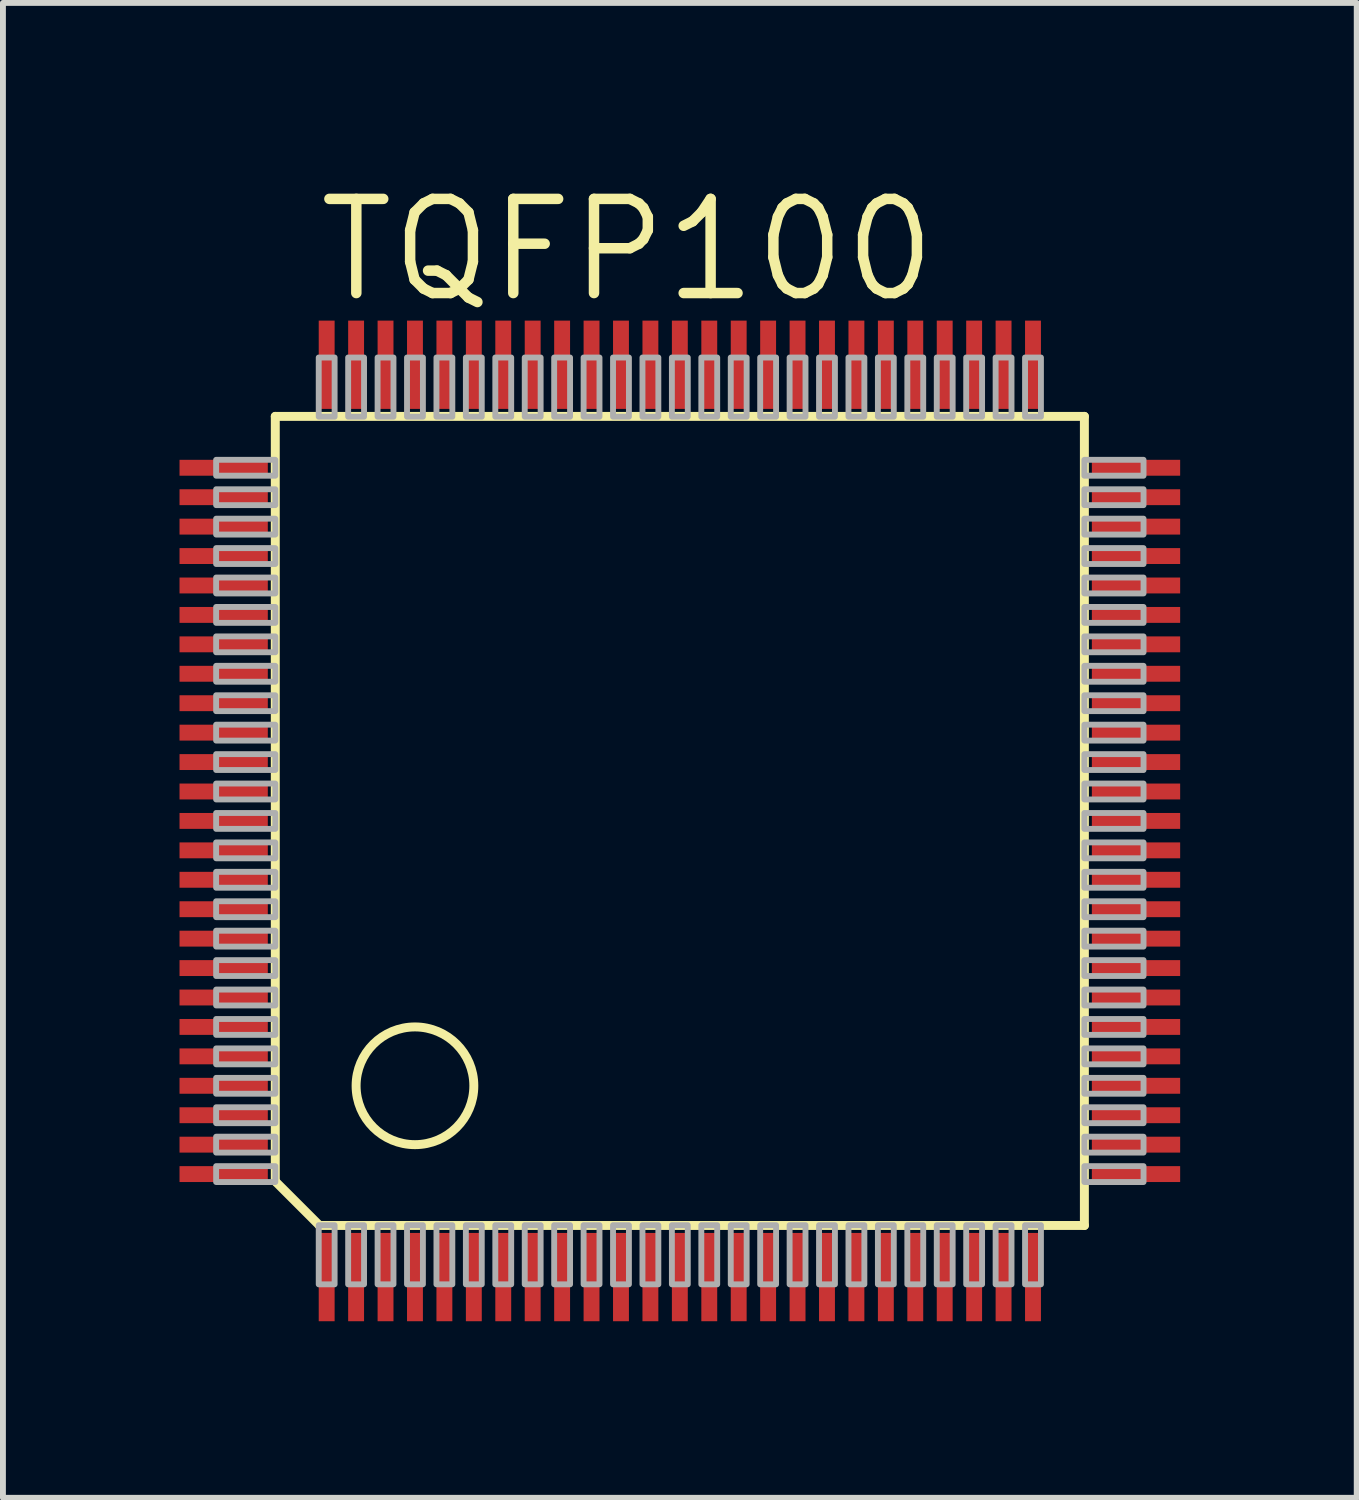
<source format=kicad_pcb>
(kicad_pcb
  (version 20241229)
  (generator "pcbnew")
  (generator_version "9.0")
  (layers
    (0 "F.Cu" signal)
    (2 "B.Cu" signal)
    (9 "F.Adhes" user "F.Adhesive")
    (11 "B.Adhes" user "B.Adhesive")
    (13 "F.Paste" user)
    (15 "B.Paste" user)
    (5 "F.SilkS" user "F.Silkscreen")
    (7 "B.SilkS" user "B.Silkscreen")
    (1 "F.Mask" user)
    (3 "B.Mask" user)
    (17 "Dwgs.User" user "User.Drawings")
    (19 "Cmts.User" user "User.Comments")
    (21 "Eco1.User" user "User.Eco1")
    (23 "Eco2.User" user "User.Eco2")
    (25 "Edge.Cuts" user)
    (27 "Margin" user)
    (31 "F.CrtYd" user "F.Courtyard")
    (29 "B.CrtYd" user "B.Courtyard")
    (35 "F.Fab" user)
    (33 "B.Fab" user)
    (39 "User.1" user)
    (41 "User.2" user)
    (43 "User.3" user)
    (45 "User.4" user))
  (footprint "TQFP100"
    (layer "F.Cu")
    (at 8.5 10.897)
    (property "Reference" "TQFP100" (at -6.223 -8.763 0) (layer "F.SilkS") (effects (font (size 1.6 1.6) (thickness 0.178)) (justify left bottom)))
    (fp_line (start -6.873 -6.873) (end 6.873 -6.873) (stroke (width 0.152) (type solid)) (layer "F.SilkS"))
    (fp_line (start -6.873 6.123) (end -6.873 -6.873) (stroke (width 0.152) (type solid)) (layer "F.SilkS"))
    (fp_line (start -6.123 6.873) (end -6.873 6.123) (stroke (width 0.152) (type solid)) (layer "F.SilkS"))
    (fp_line (start 6.873 -6.873) (end 6.873 6.873) (stroke (width 0.152) (type solid)) (layer "F.SilkS"))
    (fp_line (start 6.873 6.873) (end -6.123 6.873) (stroke (width 0.152) (type solid)) (layer "F.SilkS"))
    (fp_circle (center -4.5 4.5) (end -3.5 4.5) (stroke (width 0.152) (type solid)) (fill no) (layer "F.SilkS"))
    (fp_poly (pts (xy -7.878 -5.865) (xy -6.873 -5.865) (xy -6.873 -6.135) (xy -7.878 -6.135)) (stroke (width 0.1) (type solid)) (fill no) (layer "F.Fab"))
    (fp_poly (pts (xy -7.878 -5.365) (xy -6.873 -5.365) (xy -6.873 -5.635) (xy -7.878 -5.635)) (stroke (width 0.1) (type solid)) (fill no) (layer "F.Fab"))
    (fp_poly (pts (xy -7.878 -4.865) (xy -6.873 -4.865) (xy -6.873 -5.135) (xy -7.878 -5.135)) (stroke (width 0.1) (type solid)) (fill no) (layer "F.Fab"))
    (fp_poly (pts (xy -7.878 -4.365) (xy -6.873 -4.365) (xy -6.873 -4.635) (xy -7.878 -4.635)) (stroke (width 0.1) (type solid)) (fill no) (layer "F.Fab"))
    (fp_poly (pts (xy -7.878 -3.865) (xy -6.873 -3.865) (xy -6.873 -4.135) (xy -7.878 -4.135)) (stroke (width 0.1) (type solid)) (fill no) (layer "F.Fab"))
    (fp_poly (pts (xy -7.878 -3.365) (xy -6.873 -3.365) (xy -6.873 -3.635) (xy -7.878 -3.635)) (stroke (width 0.1) (type solid)) (fill no) (layer "F.Fab"))
    (fp_poly (pts (xy -7.878 -2.865) (xy -6.873 -2.865) (xy -6.873 -3.135) (xy -7.878 -3.135)) (stroke (width 0.1) (type solid)) (fill no) (layer "F.Fab"))
    (fp_poly (pts (xy -7.878 -2.365) (xy -6.873 -2.365) (xy -6.873 -2.635) (xy -7.878 -2.635)) (stroke (width 0.1) (type solid)) (fill no) (layer "F.Fab"))
    (fp_poly (pts (xy -7.878 -1.865) (xy -6.873 -1.865) (xy -6.873 -2.135) (xy -7.878 -2.135)) (stroke (width 0.1) (type solid)) (fill no) (layer "F.Fab"))
    (fp_poly (pts (xy -7.878 -1.365) (xy -6.873 -1.365) (xy -6.873 -1.635) (xy -7.878 -1.635)) (stroke (width 0.1) (type solid)) (fill no) (layer "F.Fab"))
    (fp_poly (pts (xy -7.878 -0.865) (xy -6.873 -0.865) (xy -6.873 -1.135) (xy -7.878 -1.135)) (stroke (width 0.1) (type solid)) (fill no) (layer "F.Fab"))
    (fp_poly (pts (xy -7.878 -0.365) (xy -6.873 -0.365) (xy -6.873 -0.635) (xy -7.878 -0.635)) (stroke (width 0.1) (type solid)) (fill no) (layer "F.Fab"))
    (fp_poly (pts (xy -7.878 0.135) (xy -6.873 0.135) (xy -6.873 -0.135) (xy -7.878 -0.135)) (stroke (width 0.1) (type solid)) (fill no) (layer "F.Fab"))
    (fp_poly (pts (xy -7.878 0.635) (xy -6.873 0.635) (xy -6.873 0.365) (xy -7.878 0.365)) (stroke (width 0.1) (type solid)) (fill no) (layer "F.Fab"))
    (fp_poly (pts (xy -7.878 1.135) (xy -6.873 1.135) (xy -6.873 0.865) (xy -7.878 0.865)) (stroke (width 0.1) (type solid)) (fill no) (layer "F.Fab"))
    (fp_poly (pts (xy -7.878 1.635) (xy -6.873 1.635) (xy -6.873 1.365) (xy -7.878 1.365)) (stroke (width 0.1) (type solid)) (fill no) (layer "F.Fab"))
    (fp_poly (pts (xy -7.878 2.135) (xy -6.873 2.135) (xy -6.873 1.865) (xy -7.878 1.865)) (stroke (width 0.1) (type solid)) (fill no) (layer "F.Fab"))
    (fp_poly (pts (xy -7.878 2.635) (xy -6.873 2.635) (xy -6.873 2.365) (xy -7.878 2.365)) (stroke (width 0.1) (type solid)) (fill no) (layer "F.Fab"))
    (fp_poly (pts (xy -7.878 3.135) (xy -6.873 3.135) (xy -6.873 2.865) (xy -7.878 2.865)) (stroke (width 0.1) (type solid)) (fill no) (layer "F.Fab"))
    (fp_poly (pts (xy -7.878 3.635) (xy -6.873 3.635) (xy -6.873 3.365) (xy -7.878 3.365)) (stroke (width 0.1) (type solid)) (fill no) (layer "F.Fab"))
    (fp_poly (pts (xy -7.878 4.135) (xy -6.873 4.135) (xy -6.873 3.865) (xy -7.878 3.865)) (stroke (width 0.1) (type solid)) (fill no) (layer "F.Fab"))
    (fp_poly (pts (xy -7.878 4.635) (xy -6.873 4.635) (xy -6.873 4.365) (xy -7.878 4.365)) (stroke (width 0.1) (type solid)) (fill no) (layer "F.Fab"))
    (fp_poly (pts (xy -7.878 5.135) (xy -6.873 5.135) (xy -6.873 4.865) (xy -7.878 4.865)) (stroke (width 0.1) (type solid)) (fill no) (layer "F.Fab"))
    (fp_poly (pts (xy -7.878 5.635) (xy -6.873 5.635) (xy -6.873 5.365) (xy -7.878 5.365)) (stroke (width 0.1) (type solid)) (fill no) (layer "F.Fab"))
    (fp_poly (pts (xy -7.878 6.135) (xy -6.873 6.135) (xy -6.873 5.865) (xy -7.878 5.865)) (stroke (width 0.1) (type solid)) (fill no) (layer "F.Fab"))
    (fp_poly (pts (xy -6.135 -6.868) (xy -5.865 -6.868) (xy -5.865 -7.873) (xy -6.135 -7.873)) (stroke (width 0.1) (type solid)) (fill no) (layer "F.Fab"))
    (fp_poly (pts (xy -6.135 7.873) (xy -5.865 7.873) (xy -5.865 6.868) (xy -6.135 6.868)) (stroke (width 0.1) (type solid)) (fill no) (layer "F.Fab"))
    (fp_poly (pts (xy -5.635 -6.868) (xy -5.365 -6.868) (xy -5.365 -7.873) (xy -5.635 -7.873)) (stroke (width 0.1) (type solid)) (fill no) (layer "F.Fab"))
    (fp_poly (pts (xy -5.635 7.873) (xy -5.365 7.873) (xy -5.365 6.868) (xy -5.635 6.868)) (stroke (width 0.1) (type solid)) (fill no) (layer "F.Fab"))
    (fp_poly (pts (xy -5.135 -6.868) (xy -4.865 -6.868) (xy -4.865 -7.873) (xy -5.135 -7.873)) (stroke (width 0.1) (type solid)) (fill no) (layer "F.Fab"))
    (fp_poly (pts (xy -5.135 7.873) (xy -4.865 7.873) (xy -4.865 6.868) (xy -5.135 6.868)) (stroke (width 0.1) (type solid)) (fill no) (layer "F.Fab"))
    (fp_poly (pts (xy -4.635 -6.868) (xy -4.365 -6.868) (xy -4.365 -7.873) (xy -4.635 -7.873)) (stroke (width 0.1) (type solid)) (fill no) (layer "F.Fab"))
    (fp_poly (pts (xy -4.635 7.873) (xy -4.365 7.873) (xy -4.365 6.868) (xy -4.635 6.868)) (stroke (width 0.1) (type solid)) (fill no) (layer "F.Fab"))
    (fp_poly (pts (xy -4.135 -6.868) (xy -3.865 -6.868) (xy -3.865 -7.873) (xy -4.135 -7.873)) (stroke (width 0.1) (type solid)) (fill no) (layer "F.Fab"))
    (fp_poly (pts (xy -4.135 7.873) (xy -3.865 7.873) (xy -3.865 6.868) (xy -4.135 6.868)) (stroke (width 0.1) (type solid)) (fill no) (layer "F.Fab"))
    (fp_poly (pts (xy -3.635 -6.868) (xy -3.365 -6.868) (xy -3.365 -7.873) (xy -3.635 -7.873)) (stroke (width 0.1) (type solid)) (fill no) (layer "F.Fab"))
    (fp_poly (pts (xy -3.635 7.873) (xy -3.365 7.873) (xy -3.365 6.868) (xy -3.635 6.868)) (stroke (width 0.1) (type solid)) (fill no) (layer "F.Fab"))
    (fp_poly (pts (xy -3.135 -6.868) (xy -2.865 -6.868) (xy -2.865 -7.873) (xy -3.135 -7.873)) (stroke (width 0.1) (type solid)) (fill no) (layer "F.Fab"))
    (fp_poly (pts (xy -3.135 7.873) (xy -2.865 7.873) (xy -2.865 6.868) (xy -3.135 6.868)) (stroke (width 0.1) (type solid)) (fill no) (layer "F.Fab"))
    (fp_poly (pts (xy -2.635 -6.868) (xy -2.365 -6.868) (xy -2.365 -7.873) (xy -2.635 -7.873)) (stroke (width 0.1) (type solid)) (fill no) (layer "F.Fab"))
    (fp_poly (pts (xy -2.635 7.873) (xy -2.365 7.873) (xy -2.365 6.868) (xy -2.635 6.868)) (stroke (width 0.1) (type solid)) (fill no) (layer "F.Fab"))
    (fp_poly (pts (xy -2.135 -6.868) (xy -1.865 -6.868) (xy -1.865 -7.873) (xy -2.135 -7.873)) (stroke (width 0.1) (type solid)) (fill no) (layer "F.Fab"))
    (fp_poly (pts (xy -2.135 7.873) (xy -1.865 7.873) (xy -1.865 6.868) (xy -2.135 6.868)) (stroke (width 0.1) (type solid)) (fill no) (layer "F.Fab"))
    (fp_poly (pts (xy -1.635 -6.868) (xy -1.365 -6.868) (xy -1.365 -7.873) (xy -1.635 -7.873)) (stroke (width 0.1) (type solid)) (fill no) (layer "F.Fab"))
    (fp_poly (pts (xy -1.635 7.873) (xy -1.365 7.873) (xy -1.365 6.868) (xy -1.635 6.868)) (stroke (width 0.1) (type solid)) (fill no) (layer "F.Fab"))
    (fp_poly (pts (xy -1.135 -6.868) (xy -0.865 -6.868) (xy -0.865 -7.873) (xy -1.135 -7.873)) (stroke (width 0.1) (type solid)) (fill no) (layer "F.Fab"))
    (fp_poly (pts (xy -1.135 7.873) (xy -0.865 7.873) (xy -0.865 6.868) (xy -1.135 6.868)) (stroke (width 0.1) (type solid)) (fill no) (layer "F.Fab"))
    (fp_poly (pts (xy -0.635 -6.868) (xy -0.365 -6.868) (xy -0.365 -7.873) (xy -0.635 -7.873)) (stroke (width 0.1) (type solid)) (fill no) (layer "F.Fab"))
    (fp_poly (pts (xy -0.635 7.873) (xy -0.365 7.873) (xy -0.365 6.868) (xy -0.635 6.868)) (stroke (width 0.1) (type solid)) (fill no) (layer "F.Fab"))
    (fp_poly (pts (xy -0.135 -6.868) (xy 0.135 -6.868) (xy 0.135 -7.873) (xy -0.135 -7.873)) (stroke (width 0.1) (type solid)) (fill no) (layer "F.Fab"))
    (fp_poly (pts (xy -0.135 7.873) (xy 0.135 7.873) (xy 0.135 6.868) (xy -0.135 6.868)) (stroke (width 0.1) (type solid)) (fill no) (layer "F.Fab"))
    (fp_poly (pts (xy 0.365 -6.868) (xy 0.635 -6.868) (xy 0.635 -7.873) (xy 0.365 -7.873)) (stroke (width 0.1) (type solid)) (fill no) (layer "F.Fab"))
    (fp_poly (pts (xy 0.365 7.873) (xy 0.635 7.873) (xy 0.635 6.868) (xy 0.365 6.868)) (stroke (width 0.1) (type solid)) (fill no) (layer "F.Fab"))
    (fp_poly (pts (xy 0.865 -6.868) (xy 1.135 -6.868) (xy 1.135 -7.873) (xy 0.865 -7.873)) (stroke (width 0.1) (type solid)) (fill no) (layer "F.Fab"))
    (fp_poly (pts (xy 0.865 7.873) (xy 1.135 7.873) (xy 1.135 6.868) (xy 0.865 6.868)) (stroke (width 0.1) (type solid)) (fill no) (layer "F.Fab"))
    (fp_poly (pts (xy 1.365 -6.868) (xy 1.635 -6.868) (xy 1.635 -7.873) (xy 1.365 -7.873)) (stroke (width 0.1) (type solid)) (fill no) (layer "F.Fab"))
    (fp_poly (pts (xy 1.365 7.873) (xy 1.635 7.873) (xy 1.635 6.868) (xy 1.365 6.868)) (stroke (width 0.1) (type solid)) (fill no) (layer "F.Fab"))
    (fp_poly (pts (xy 1.865 -6.868) (xy 2.135 -6.868) (xy 2.135 -7.873) (xy 1.865 -7.873)) (stroke (width 0.1) (type solid)) (fill no) (layer "F.Fab"))
    (fp_poly (pts (xy 1.865 7.873) (xy 2.135 7.873) (xy 2.135 6.868) (xy 1.865 6.868)) (stroke (width 0.1) (type solid)) (fill no) (layer "F.Fab"))
    (fp_poly (pts (xy 2.365 -6.868) (xy 2.635 -6.868) (xy 2.635 -7.873) (xy 2.365 -7.873)) (stroke (width 0.1) (type solid)) (fill no) (layer "F.Fab"))
    (fp_poly (pts (xy 2.365 7.873) (xy 2.635 7.873) (xy 2.635 6.868) (xy 2.365 6.868)) (stroke (width 0.1) (type solid)) (fill no) (layer "F.Fab"))
    (fp_poly (pts (xy 2.865 -6.868) (xy 3.135 -6.868) (xy 3.135 -7.873) (xy 2.865 -7.873)) (stroke (width 0.1) (type solid)) (fill no) (layer "F.Fab"))
    (fp_poly (pts (xy 2.865 7.873) (xy 3.135 7.873) (xy 3.135 6.868) (xy 2.865 6.868)) (stroke (width 0.1) (type solid)) (fill no) (layer "F.Fab"))
    (fp_poly (pts (xy 3.365 -6.868) (xy 3.635 -6.868) (xy 3.635 -7.873) (xy 3.365 -7.873)) (stroke (width 0.1) (type solid)) (fill no) (layer "F.Fab"))
    (fp_poly (pts (xy 3.365 7.873) (xy 3.635 7.873) (xy 3.635 6.868) (xy 3.365 6.868)) (stroke (width 0.1) (type solid)) (fill no) (layer "F.Fab"))
    (fp_poly (pts (xy 3.865 -6.868) (xy 4.135 -6.868) (xy 4.135 -7.873) (xy 3.865 -7.873)) (stroke (width 0.1) (type solid)) (fill no) (layer "F.Fab"))
    (fp_poly (pts (xy 3.865 7.873) (xy 4.135 7.873) (xy 4.135 6.868) (xy 3.865 6.868)) (stroke (width 0.1) (type solid)) (fill no) (layer "F.Fab"))
    (fp_poly (pts (xy 4.365 -6.868) (xy 4.635 -6.868) (xy 4.635 -7.873) (xy 4.365 -7.873)) (stroke (width 0.1) (type solid)) (fill no) (layer "F.Fab"))
    (fp_poly (pts (xy 4.365 7.873) (xy 4.635 7.873) (xy 4.635 6.868) (xy 4.365 6.868)) (stroke (width 0.1) (type solid)) (fill no) (layer "F.Fab"))
    (fp_poly (pts (xy 4.865 -6.868) (xy 5.135 -6.868) (xy 5.135 -7.873) (xy 4.865 -7.873)) (stroke (width 0.1) (type solid)) (fill no) (layer "F.Fab"))
    (fp_poly (pts (xy 4.865 7.873) (xy 5.135 7.873) (xy 5.135 6.868) (xy 4.865 6.868)) (stroke (width 0.1) (type solid)) (fill no) (layer "F.Fab"))
    (fp_poly (pts (xy 5.365 -6.868) (xy 5.635 -6.868) (xy 5.635 -7.873) (xy 5.365 -7.873)) (stroke (width 0.1) (type solid)) (fill no) (layer "F.Fab"))
    (fp_poly (pts (xy 5.365 7.873) (xy 5.635 7.873) (xy 5.635 6.868) (xy 5.365 6.868)) (stroke (width 0.1) (type solid)) (fill no) (layer "F.Fab"))
    (fp_poly (pts (xy 5.865 -6.868) (xy 6.135 -6.868) (xy 6.135 -7.873) (xy 5.865 -7.873)) (stroke (width 0.1) (type solid)) (fill no) (layer "F.Fab"))
    (fp_poly (pts (xy 5.865 7.873) (xy 6.135 7.873) (xy 6.135 6.868) (xy 5.865 6.868)) (stroke (width 0.1) (type solid)) (fill no) (layer "F.Fab"))
    (fp_poly (pts (xy 6.873 -5.865) (xy 7.878 -5.865) (xy 7.878 -6.135) (xy 6.873 -6.135)) (stroke (width 0.1) (type solid)) (fill no) (layer "F.Fab"))
    (fp_poly (pts (xy 6.873 -5.365) (xy 7.878 -5.365) (xy 7.878 -5.635) (xy 6.873 -5.635)) (stroke (width 0.1) (type solid)) (fill no) (layer "F.Fab"))
    (fp_poly (pts (xy 6.873 -4.865) (xy 7.878 -4.865) (xy 7.878 -5.135) (xy 6.873 -5.135)) (stroke (width 0.1) (type solid)) (fill no) (layer "F.Fab"))
    (fp_poly (pts (xy 6.873 -4.365) (xy 7.878 -4.365) (xy 7.878 -4.635) (xy 6.873 -4.635)) (stroke (width 0.1) (type solid)) (fill no) (layer "F.Fab"))
    (fp_poly (pts (xy 6.873 -3.865) (xy 7.878 -3.865) (xy 7.878 -4.135) (xy 6.873 -4.135)) (stroke (width 0.1) (type solid)) (fill no) (layer "F.Fab"))
    (fp_poly (pts (xy 6.873 -3.365) (xy 7.878 -3.365) (xy 7.878 -3.635) (xy 6.873 -3.635)) (stroke (width 0.1) (type solid)) (fill no) (layer "F.Fab"))
    (fp_poly (pts (xy 6.873 -2.865) (xy 7.878 -2.865) (xy 7.878 -3.135) (xy 6.873 -3.135)) (stroke (width 0.1) (type solid)) (fill no) (layer "F.Fab"))
    (fp_poly (pts (xy 6.873 -2.365) (xy 7.878 -2.365) (xy 7.878 -2.635) (xy 6.873 -2.635)) (stroke (width 0.1) (type solid)) (fill no) (layer "F.Fab"))
    (fp_poly (pts (xy 6.873 -1.865) (xy 7.878 -1.865) (xy 7.878 -2.135) (xy 6.873 -2.135)) (stroke (width 0.1) (type solid)) (fill no) (layer "F.Fab"))
    (fp_poly (pts (xy 6.873 -1.365) (xy 7.878 -1.365) (xy 7.878 -1.635) (xy 6.873 -1.635)) (stroke (width 0.1) (type solid)) (fill no) (layer "F.Fab"))
    (fp_poly (pts (xy 6.873 -0.865) (xy 7.878 -0.865) (xy 7.878 -1.135) (xy 6.873 -1.135)) (stroke (width 0.1) (type solid)) (fill no) (layer "F.Fab"))
    (fp_poly (pts (xy 6.873 -0.365) (xy 7.878 -0.365) (xy 7.878 -0.635) (xy 6.873 -0.635)) (stroke (width 0.1) (type solid)) (fill no) (layer "F.Fab"))
    (fp_poly (pts (xy 6.873 0.135) (xy 7.878 0.135) (xy 7.878 -0.135) (xy 6.873 -0.135)) (stroke (width 0.1) (type solid)) (fill no) (layer "F.Fab"))
    (fp_poly (pts (xy 6.873 0.635) (xy 7.878 0.635) (xy 7.878 0.365) (xy 6.873 0.365)) (stroke (width 0.1) (type solid)) (fill no) (layer "F.Fab"))
    (fp_poly (pts (xy 6.873 1.135) (xy 7.878 1.135) (xy 7.878 0.865) (xy 6.873 0.865)) (stroke (width 0.1) (type solid)) (fill no) (layer "F.Fab"))
    (fp_poly (pts (xy 6.873 1.635) (xy 7.878 1.635) (xy 7.878 1.365) (xy 6.873 1.365)) (stroke (width 0.1) (type solid)) (fill no) (layer "F.Fab"))
    (fp_poly (pts (xy 6.873 2.135) (xy 7.878 2.135) (xy 7.878 1.865) (xy 6.873 1.865)) (stroke (width 0.1) (type solid)) (fill no) (layer "F.Fab"))
    (fp_poly (pts (xy 6.873 2.635) (xy 7.878 2.635) (xy 7.878 2.365) (xy 6.873 2.365)) (stroke (width 0.1) (type solid)) (fill no) (layer "F.Fab"))
    (fp_poly (pts (xy 6.873 3.135) (xy 7.878 3.135) (xy 7.878 2.865) (xy 6.873 2.865)) (stroke (width 0.1) (type solid)) (fill no) (layer "F.Fab"))
    (fp_poly (pts (xy 6.873 3.635) (xy 7.878 3.635) (xy 7.878 3.365) (xy 6.873 3.365)) (stroke (width 0.1) (type solid)) (fill no) (layer "F.Fab"))
    (fp_poly (pts (xy 6.873 4.135) (xy 7.878 4.135) (xy 7.878 3.865) (xy 6.873 3.865)) (stroke (width 0.1) (type solid)) (fill no) (layer "F.Fab"))
    (fp_poly (pts (xy 6.873 4.635) (xy 7.878 4.635) (xy 7.878 4.365) (xy 6.873 4.365)) (stroke (width 0.1) (type solid)) (fill no) (layer "F.Fab"))
    (fp_poly (pts (xy 6.873 5.135) (xy 7.878 5.135) (xy 7.878 4.865) (xy 6.873 4.865)) (stroke (width 0.1) (type solid)) (fill no) (layer "F.Fab"))
    (fp_poly (pts (xy 6.873 5.635) (xy 7.878 5.635) (xy 7.878 5.365) (xy 6.873 5.365)) (stroke (width 0.1) (type solid)) (fill no) (layer "F.Fab"))
    (fp_poly (pts (xy 6.873 6.135) (xy 7.878 6.135) (xy 7.878 5.865) (xy 6.873 5.865)) (stroke (width 0.1) (type solid)) (fill no) (layer "F.Fab"))
    (pad "1" smd rect (at -6 7.75) (size 0.27 1.5) (layers "F.Cu" "F.Mask" "F.Paste"))
    (pad "2" smd rect (at -5.5 7.75) (size 0.27 1.5) (layers "F.Cu" "F.Mask" "F.Paste"))
    (pad "3" smd rect (at -5 7.75) (size 0.27 1.5) (layers "F.Cu" "F.Mask" "F.Paste"))
    (pad "4" smd rect (at -4.5 7.75) (size 0.27 1.5) (layers "F.Cu" "F.Mask" "F.Paste"))
    (pad "5" smd rect (at -4 7.75) (size 0.27 1.5) (layers "F.Cu" "F.Mask" "F.Paste"))
    (pad "6" smd rect (at -3.5 7.75) (size 0.27 1.5) (layers "F.Cu" "F.Mask" "F.Paste"))
    (pad "7" smd rect (at -3 7.75) (size 0.27 1.5) (layers "F.Cu" "F.Mask" "F.Paste"))
    (pad "8" smd rect (at -2.5 7.75) (size 0.27 1.5) (layers "F.Cu" "F.Mask" "F.Paste"))
    (pad "9" smd rect (at -2 7.75) (size 0.27 1.5) (layers "F.Cu" "F.Mask" "F.Paste"))
    (pad "10" smd rect (at -1.5 7.75) (size 0.27 1.5) (layers "F.Cu" "F.Mask" "F.Paste"))
    (pad "11" smd rect (at -1 7.75) (size 0.27 1.5) (layers "F.Cu" "F.Mask" "F.Paste"))
    (pad "12" smd rect (at -0.5 7.75) (size 0.27 1.5) (layers "F.Cu" "F.Mask" "F.Paste"))
    (pad "13" smd rect (at 0 7.75) (size 0.27 1.5) (layers "F.Cu" "F.Mask" "F.Paste"))
    (pad "14" smd rect (at 0.5 7.75) (size 0.27 1.5) (layers "F.Cu" "F.Mask" "F.Paste"))
    (pad "15" smd rect (at 1 7.75) (size 0.27 1.5) (layers "F.Cu" "F.Mask" "F.Paste"))
    (pad "16" smd rect (at 1.5 7.75) (size 0.27 1.5) (layers "F.Cu" "F.Mask" "F.Paste"))
    (pad "17" smd rect (at 2 7.75) (size 0.27 1.5) (layers "F.Cu" "F.Mask" "F.Paste"))
    (pad "18" smd rect (at 2.5 7.75) (size 0.27 1.5) (layers "F.Cu" "F.Mask" "F.Paste"))
    (pad "19" smd rect (at 3 7.75) (size 0.27 1.5) (layers "F.Cu" "F.Mask" "F.Paste"))
    (pad "20" smd rect (at 3.5 7.75) (size 0.27 1.5) (layers "F.Cu" "F.Mask" "F.Paste"))
    (pad "21" smd rect (at 4 7.75) (size 0.27 1.5) (layers "F.Cu" "F.Mask" "F.Paste"))
    (pad "22" smd rect (at 4.5 7.75) (size 0.27 1.5) (layers "F.Cu" "F.Mask" "F.Paste"))
    (pad "23" smd rect (at 5 7.75) (size 0.27 1.5) (layers "F.Cu" "F.Mask" "F.Paste"))
    (pad "24" smd rect (at 5.5 7.75) (size 0.27 1.5) (layers "F.Cu" "F.Mask" "F.Paste"))
    (pad "25" smd rect (at 6 7.75) (size 0.27 1.5) (layers "F.Cu" "F.Mask" "F.Paste"))
    (pad "26" smd rect (at 7.75 6) (size 1.5 0.27) (layers "F.Cu" "F.Mask" "F.Paste"))
    (pad "27" smd rect (at 7.75 5.5) (size 1.5 0.27) (layers "F.Cu" "F.Mask" "F.Paste"))
    (pad "28" smd rect (at 7.75 5) (size 1.5 0.27) (layers "F.Cu" "F.Mask" "F.Paste"))
    (pad "29" smd rect (at 7.75 4.5) (size 1.5 0.27) (layers "F.Cu" "F.Mask" "F.Paste"))
    (pad "30" smd rect (at 7.75 4) (size 1.5 0.27) (layers "F.Cu" "F.Mask" "F.Paste"))
    (pad "31" smd rect (at 7.75 3.5) (size 1.5 0.27) (layers "F.Cu" "F.Mask" "F.Paste"))
    (pad "32" smd rect (at 7.75 3) (size 1.5 0.27) (layers "F.Cu" "F.Mask" "F.Paste"))
    (pad "33" smd rect (at 7.75 2.5) (size 1.5 0.27) (layers "F.Cu" "F.Mask" "F.Paste"))
    (pad "34" smd rect (at 7.75 2) (size 1.5 0.27) (layers "F.Cu" "F.Mask" "F.Paste"))
    (pad "35" smd rect (at 7.75 1.5) (size 1.5 0.27) (layers "F.Cu" "F.Mask" "F.Paste"))
    (pad "36" smd rect (at 7.75 1) (size 1.5 0.27) (layers "F.Cu" "F.Mask" "F.Paste"))
    (pad "37" smd rect (at 7.75 0.5) (size 1.5 0.27) (layers "F.Cu" "F.Mask" "F.Paste"))
    (pad "38" smd rect (at 7.75 0) (size 1.5 0.27) (layers "F.Cu" "F.Mask" "F.Paste"))
    (pad "39" smd rect (at 7.75 -0.5) (size 1.5 0.27) (layers "F.Cu" "F.Mask" "F.Paste"))
    (pad "40" smd rect (at 7.75 -1) (size 1.5 0.27) (layers "F.Cu" "F.Mask" "F.Paste"))
    (pad "41" smd rect (at 7.75 -1.5) (size 1.5 0.27) (layers "F.Cu" "F.Mask" "F.Paste"))
    (pad "42" smd rect (at 7.75 -2) (size 1.5 0.27) (layers "F.Cu" "F.Mask" "F.Paste"))
    (pad "43" smd rect (at 7.75 -2.5) (size 1.5 0.27) (layers "F.Cu" "F.Mask" "F.Paste"))
    (pad "44" smd rect (at 7.75 -3) (size 1.5 0.27) (layers "F.Cu" "F.Mask" "F.Paste"))
    (pad "45" smd rect (at 7.75 -3.5) (size 1.5 0.27) (layers "F.Cu" "F.Mask" "F.Paste"))
    (pad "46" smd rect (at 7.75 -4) (size 1.5 0.27) (layers "F.Cu" "F.Mask" "F.Paste"))
    (pad "47" smd rect (at 7.75 -4.5) (size 1.5 0.27) (layers "F.Cu" "F.Mask" "F.Paste"))
    (pad "48" smd rect (at 7.75 -5) (size 1.5 0.27) (layers "F.Cu" "F.Mask" "F.Paste"))
    (pad "49" smd rect (at 7.75 -5.5) (size 1.5 0.27) (layers "F.Cu" "F.Mask" "F.Paste"))
    (pad "50" smd rect (at 7.75 -6) (size 1.5 0.27) (layers "F.Cu" "F.Mask" "F.Paste"))
    (pad "51" smd rect (at 6 -7.75) (size 0.27 1.5) (layers "F.Cu" "F.Mask" "F.Paste"))
    (pad "52" smd rect (at 5.5 -7.75) (size 0.27 1.5) (layers "F.Cu" "F.Mask" "F.Paste"))
    (pad "53" smd rect (at 5 -7.75) (size 0.27 1.5) (layers "F.Cu" "F.Mask" "F.Paste"))
    (pad "54" smd rect (at 4.5 -7.75) (size 0.27 1.5) (layers "F.Cu" "F.Mask" "F.Paste"))
    (pad "55" smd rect (at 4 -7.75) (size 0.27 1.5) (layers "F.Cu" "F.Mask" "F.Paste"))
    (pad "56" smd rect (at 3.5 -7.75) (size 0.27 1.5) (layers "F.Cu" "F.Mask" "F.Paste"))
    (pad "57" smd rect (at 3 -7.75) (size 0.27 1.5) (layers "F.Cu" "F.Mask" "F.Paste"))
    (pad "58" smd rect (at 2.5 -7.75) (size 0.27 1.5) (layers "F.Cu" "F.Mask" "F.Paste"))
    (pad "59" smd rect (at 2 -7.75) (size 0.27 1.5) (layers "F.Cu" "F.Mask" "F.Paste"))
    (pad "60" smd rect (at 1.5 -7.75) (size 0.27 1.5) (layers "F.Cu" "F.Mask" "F.Paste"))
    (pad "61" smd rect (at 1 -7.75) (size 0.27 1.5) (layers "F.Cu" "F.Mask" "F.Paste"))
    (pad "62" smd rect (at 0.5 -7.75) (size 0.27 1.5) (layers "F.Cu" "F.Mask" "F.Paste"))
    (pad "63" smd rect (at 0 -7.75) (size 0.27 1.5) (layers "F.Cu" "F.Mask" "F.Paste"))
    (pad "64" smd rect (at -0.5 -7.75) (size 0.27 1.5) (layers "F.Cu" "F.Mask" "F.Paste"))
    (pad "65" smd rect (at -1 -7.75) (size 0.27 1.5) (layers "F.Cu" "F.Mask" "F.Paste"))
    (pad "66" smd rect (at -1.5 -7.75) (size 0.27 1.5) (layers "F.Cu" "F.Mask" "F.Paste"))
    (pad "67" smd rect (at -2 -7.75) (size 0.27 1.5) (layers "F.Cu" "F.Mask" "F.Paste"))
    (pad "68" smd rect (at -2.5 -7.75) (size 0.27 1.5) (layers "F.Cu" "F.Mask" "F.Paste"))
    (pad "69" smd rect (at -3 -7.75) (size 0.27 1.5) (layers "F.Cu" "F.Mask" "F.Paste"))
    (pad "70" smd rect (at -3.5 -7.75) (size 0.27 1.5) (layers "F.Cu" "F.Mask" "F.Paste"))
    (pad "71" smd rect (at -4 -7.75) (size 0.27 1.5) (layers "F.Cu" "F.Mask" "F.Paste"))
    (pad "72" smd rect (at -4.5 -7.75) (size 0.27 1.5) (layers "F.Cu" "F.Mask" "F.Paste"))
    (pad "73" smd rect (at -5 -7.75) (size 0.27 1.5) (layers "F.Cu" "F.Mask" "F.Paste"))
    (pad "74" smd rect (at -5.5 -7.75) (size 0.27 1.5) (layers "F.Cu" "F.Mask" "F.Paste"))
    (pad "75" smd rect (at -6 -7.75) (size 0.27 1.5) (layers "F.Cu" "F.Mask" "F.Paste"))
    (pad "76" smd rect (at -7.75 -6) (size 1.5 0.27) (layers "F.Cu" "F.Mask" "F.Paste"))
    (pad "77" smd rect (at -7.75 -5.5) (size 1.5 0.27) (layers "F.Cu" "F.Mask" "F.Paste"))
    (pad "78" smd rect (at -7.75 -5) (size 1.5 0.27) (layers "F.Cu" "F.Mask" "F.Paste"))
    (pad "79" smd rect (at -7.75 -4.5) (size 1.5 0.27) (layers "F.Cu" "F.Mask" "F.Paste"))
    (pad "80" smd rect (at -7.75 -4) (size 1.5 0.27) (layers "F.Cu" "F.Mask" "F.Paste"))
    (pad "81" smd rect (at -7.75 -3.5) (size 1.5 0.27) (layers "F.Cu" "F.Mask" "F.Paste"))
    (pad "82" smd rect (at -7.75 -3) (size 1.5 0.27) (layers "F.Cu" "F.Mask" "F.Paste"))
    (pad "83" smd rect (at -7.75 -2.5) (size 1.5 0.27) (layers "F.Cu" "F.Mask" "F.Paste"))
    (pad "84" smd rect (at -7.75 -2) (size 1.5 0.27) (layers "F.Cu" "F.Mask" "F.Paste"))
    (pad "85" smd rect (at -7.75 -1.5) (size 1.5 0.27) (layers "F.Cu" "F.Mask" "F.Paste"))
    (pad "86" smd rect (at -7.75 -1) (size 1.5 0.27) (layers "F.Cu" "F.Mask" "F.Paste"))
    (pad "87" smd rect (at -7.75 -0.5) (size 1.5 0.27) (layers "F.Cu" "F.Mask" "F.Paste"))
    (pad "88" smd rect (at -7.75 0) (size 1.5 0.27) (layers "F.Cu" "F.Mask" "F.Paste"))
    (pad "89" smd rect (at -7.75 0.5) (size 1.5 0.27) (layers "F.Cu" "F.Mask" "F.Paste"))
    (pad "90" smd rect (at -7.75 1) (size 1.5 0.27) (layers "F.Cu" "F.Mask" "F.Paste"))
    (pad "91" smd rect (at -7.75 1.5) (size 1.5 0.27) (layers "F.Cu" "F.Mask" "F.Paste"))
    (pad "92" smd rect (at -7.75 2) (size 1.5 0.27) (layers "F.Cu" "F.Mask" "F.Paste"))
    (pad "93" smd rect (at -7.75 2.5) (size 1.5 0.27) (layers "F.Cu" "F.Mask" "F.Paste"))
    (pad "94" smd rect (at -7.75 3) (size 1.5 0.27) (layers "F.Cu" "F.Mask" "F.Paste"))
    (pad "95" smd rect (at -7.75 3.5) (size 1.5 0.27) (layers "F.Cu" "F.Mask" "F.Paste"))
    (pad "96" smd rect (at -7.75 4) (size 1.5 0.27) (layers "F.Cu" "F.Mask" "F.Paste"))
    (pad "97" smd rect (at -7.75 4.5) (size 1.5 0.27) (layers "F.Cu" "F.Mask" "F.Paste"))
    (pad "98" smd rect (at -7.75 5) (size 1.5 0.27) (layers "F.Cu" "F.Mask" "F.Paste"))
    (pad "99" smd rect (at -7.75 5.5) (size 1.5 0.27) (layers "F.Cu" "F.Mask" "F.Paste"))
    (pad "100" smd rect (at -7.75 6) (size 1.5 0.27) (layers "F.Cu" "F.Mask" "F.Paste")))
  (gr_rect
    (start -3 -3)
    (end 20 22.397)
    (stroke (width 0.1) (type default))
    (fill no)
    (layer "Edge.Cuts")))
</source>
